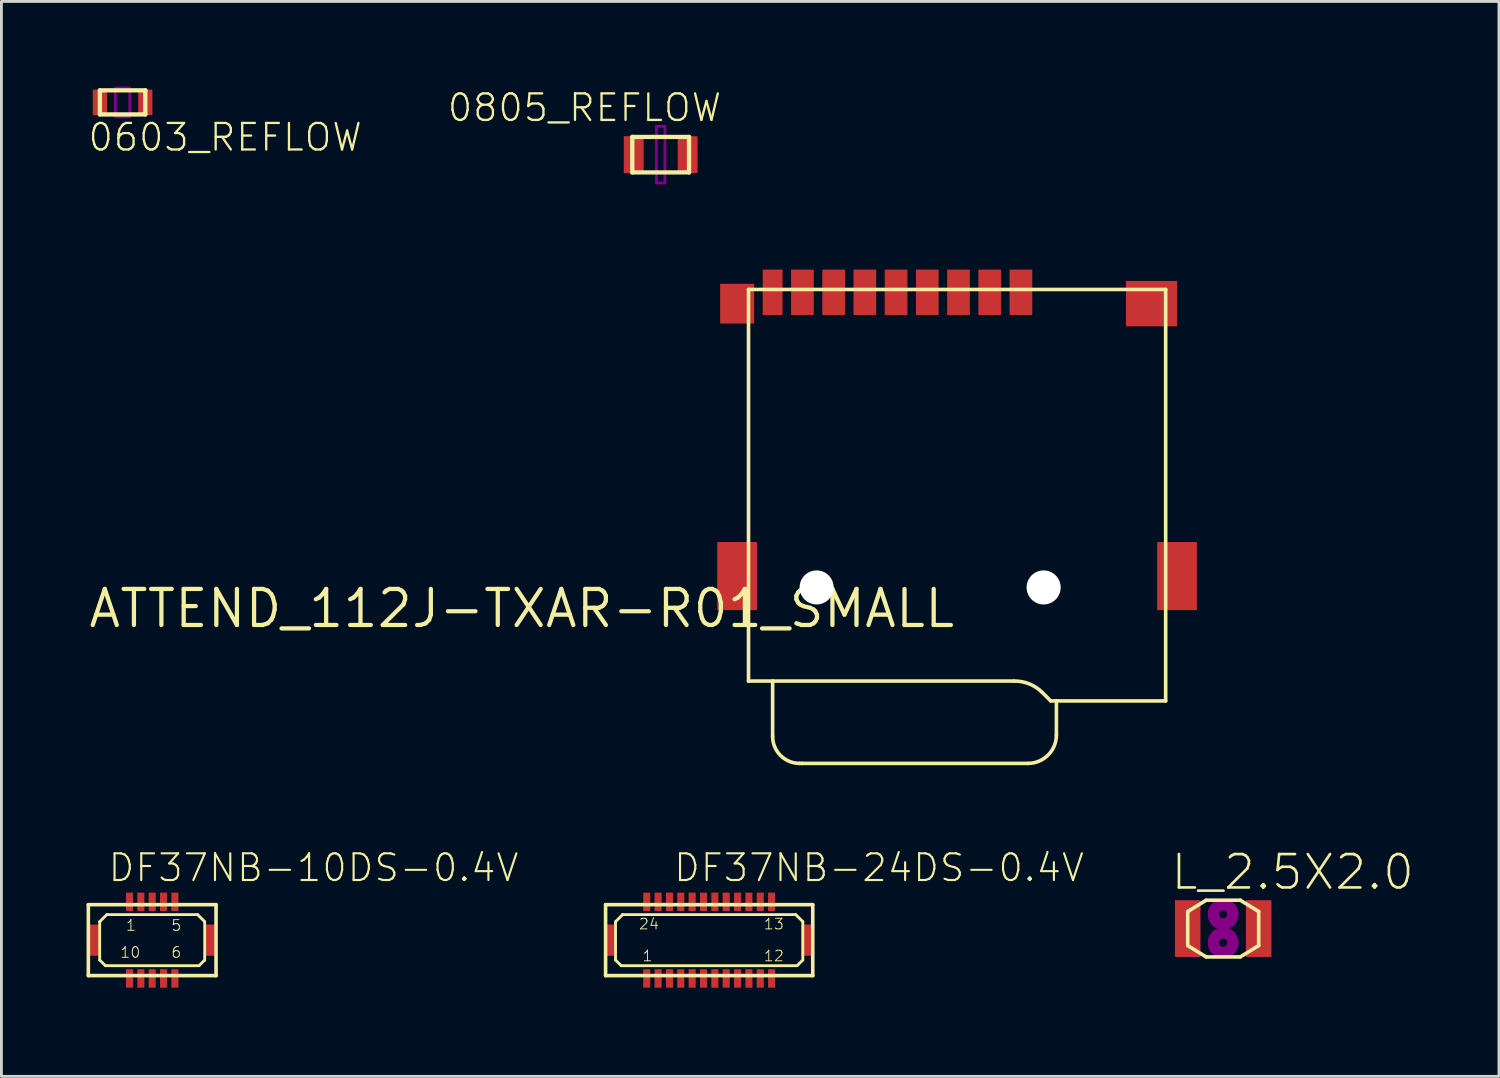
<source format=kicad_pcb>
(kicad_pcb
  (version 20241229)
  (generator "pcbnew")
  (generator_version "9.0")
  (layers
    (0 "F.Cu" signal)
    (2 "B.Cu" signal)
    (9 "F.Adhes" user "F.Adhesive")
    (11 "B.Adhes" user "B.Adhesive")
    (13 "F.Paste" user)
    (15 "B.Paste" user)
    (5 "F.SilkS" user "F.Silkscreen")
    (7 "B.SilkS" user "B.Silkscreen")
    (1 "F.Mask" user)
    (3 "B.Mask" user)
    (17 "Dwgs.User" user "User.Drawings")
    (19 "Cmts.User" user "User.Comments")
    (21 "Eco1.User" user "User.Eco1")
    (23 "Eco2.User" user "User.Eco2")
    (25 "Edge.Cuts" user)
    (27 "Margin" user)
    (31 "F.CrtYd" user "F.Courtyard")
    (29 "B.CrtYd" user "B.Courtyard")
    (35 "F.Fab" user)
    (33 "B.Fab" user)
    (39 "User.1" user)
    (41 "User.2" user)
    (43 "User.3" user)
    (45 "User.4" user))
  (footprint "0805_REFLOW"
    (layer "F.Cu")
    (at 20.231 2.4)
    (property "Reference" "0805_REFLOW" (at 2.2 -2.2 0) (layer "F.SilkS") (effects (font (size 0.935 0.935) (thickness 0.081)) (justify right top)))
    (attr smd)
    (fp_line (start -1 0.625) (end -1 -0.625) (stroke (width 0.152) (type solid)) (layer "F.SilkS"))
    (fp_line (start -1 0.625) (end 1 0.625) (stroke (width 0.152) (type solid)) (layer "F.SilkS"))
    (fp_line (start 1 -0.625) (end -1 -0.625) (stroke (width 0.152) (type solid)) (layer "F.SilkS"))
    (fp_line (start 1 -0.625) (end 1 0.625) (stroke (width 0.152) (type solid)) (layer "F.SilkS"))
    (fp_poly (pts (xy -0.15 1) (xy 0.15 1) (xy 0.15 -1) (xy -0.15 -1)) (stroke (width 0.1) (type solid)) (fill no) (layer "F.Adhes"))
    (pad "1" smd rect (at -0.95 0) (size 0.7 1.3) (layers "F.Cu" "F.Mask" "F.Paste"))
    (pad "2" smd rect (at 0.95 0) (size 0.7 1.3) (layers "F.Cu" "F.Mask" "F.Paste")))
  (footprint "L_2.5X2.0"
    (layer "F.Cu")
    (at 40.053 29.671)
    (property "Reference" "L_2.5X2.0" (at -1.9 -1.3 0) (layer "F.SilkS") (effects (font (size 1.177 1.177) (thickness 0.093)) (justify left bottom)))
    (attr smd)
    (fp_line (start -1.25 -0.6) (end -1.25 0.6) (stroke (width 0.127) (type solid)) (layer "F.SilkS"))
    (fp_line (start -1.25 0.6) (end -0.6 1) (stroke (width 0.127) (type solid)) (layer "F.SilkS"))
    (fp_line (start -0.6 -1) (end -1.25 -0.6) (stroke (width 0.127) (type solid)) (layer "F.SilkS"))
    (fp_line (start -0.6 1) (end 0.6 1) (stroke (width 0.127) (type solid)) (layer "F.SilkS"))
    (fp_line (start 0.6 -1) (end -0.6 -1) (stroke (width 0.127) (type solid)) (layer "F.SilkS"))
    (fp_line (start 0.6 1) (end 1.25 0.6) (stroke (width 0.127) (type solid)) (layer "F.SilkS"))
    (fp_line (start 1.25 -0.6) (end 0.6 -1) (stroke (width 0.127) (type solid)) (layer "F.SilkS"))
    (fp_line (start 1.25 0.6) (end 1.25 -0.6) (stroke (width 0.127) (type solid)) (layer "F.SilkS"))
    (fp_circle (center 0 -0.5) (end 0.141 -0.5) (stroke (width 0.406) (type solid)) (fill no) (layer "F.Adhes"))
    (fp_circle (center 0 0.5) (end 0.141 0.5) (stroke (width 0.406) (type solid)) (fill no) (layer "F.Adhes"))
    (pad "1" smd rect (at -1.25 0 90) (size 2 0.9) (layers "F.Cu" "F.Mask" "F.Paste"))
    (pad "2" smd rect (at 1.25 0 90) (size 2 0.9) (layers "F.Cu" "F.Mask" "F.Paste")))
  (footprint "DF37NB-10DS-0.4V"
    (layer "F.Cu")
    (at 2.313 30.079)
    (property "Reference" "DF37NB-10DS-0.4V" (at -1.6 -2 180) (layer "F.SilkS") (effects (font (size 0.941 0.941) (thickness 0.075)) (justify left bottom)))
    (attr smd)
    (fp_poly (pts (xy -1 -0.95) (xy 1 -0.95) (xy 1 -1.75) (xy -1 -1.75)) (stroke (width 0.1) (type solid)) (fill no) (layer "F.Mask"))
    (fp_poly (pts (xy -1 1.75) (xy 1 1.75) (xy 1 0.95) (xy -1 0.95)) (stroke (width 0.1) (type solid)) (fill no) (layer "F.Mask"))
    (fp_line (start -2.25 -1.25) (end -2.25 1.25) (stroke (width 0.127) (type solid)) (layer "F.SilkS"))
    (fp_line (start -2.25 1.25) (end 2.25 1.25) (stroke (width 0.127) (type solid)) (layer "F.SilkS"))
    (fp_line (start -1.85 -0.65) (end -1.85 0.7) (stroke (width 0.1) (type solid)) (layer "F.SilkS"))
    (fp_line (start -1.85 0.7) (end -1.65 0.9) (stroke (width 0.1) (type solid)) (layer "F.SilkS"))
    (fp_line (start -1.65 0.9) (end 1.65 0.9) (stroke (width 0.1) (type solid)) (layer "F.SilkS"))
    (fp_line (start -1.6 -0.9) (end -1.85 -0.65) (stroke (width 0.1) (type solid)) (layer "F.SilkS"))
    (fp_line (start 1.6 -0.9) (end -1.6 -0.9) (stroke (width 0.1) (type solid)) (layer "F.SilkS"))
    (fp_line (start 1.65 0.9) (end 1.85 0.7) (stroke (width 0.1) (type solid)) (layer "F.SilkS"))
    (fp_line (start 1.85 -0.65) (end 1.6 -0.9) (stroke (width 0.1) (type solid)) (layer "F.SilkS"))
    (fp_line (start 1.85 0.7) (end 1.85 -0.65) (stroke (width 0.1) (type solid)) (layer "F.SilkS"))
    (fp_line (start 2.25 -1.25) (end -2.25 -1.25) (stroke (width 0.127) (type solid)) (layer "F.SilkS"))
    (fp_line (start 2.25 1.25) (end 2.25 -1.25) (stroke (width 0.127) (type solid)) (layer "F.SilkS"))
    (fp_poly (pts (xy -2.2 0.5) (xy -1.9 0.5) (xy -1.9 -0.5) (xy -2.2 -0.5)) (stroke (width 0.1) (type solid)) (fill no) (layer "F.Paste"))
    (fp_poly (pts (xy -0.9 1.65) (xy -0.7 1.65) (xy -0.7 1.05) (xy -0.9 1.05)) (stroke (width 0.1) (type solid)) (fill no) (layer "F.Paste"))
    (fp_poly (pts (xy -0.7 -1.65) (xy -0.9 -1.65) (xy -0.9 -1.05) (xy -0.7 -1.05)) (stroke (width 0.1) (type solid)) (fill no) (layer "F.Paste"))
    (fp_poly (pts (xy -0.5 1.65) (xy -0.3 1.65) (xy -0.3 1.05) (xy -0.5 1.05)) (stroke (width 0.1) (type solid)) (fill no) (layer "F.Paste"))
    (fp_poly (pts (xy -0.3 -1.65) (xy -0.5 -1.65) (xy -0.5 -1.05) (xy -0.3 -1.05)) (stroke (width 0.1) (type solid)) (fill no) (layer "F.Paste"))
    (fp_poly (pts (xy -0.1 1.65) (xy 0.1 1.65) (xy 0.1 1.05) (xy -0.1 1.05)) (stroke (width 0.1) (type solid)) (fill no) (layer "F.Paste"))
    (fp_poly (pts (xy 0.1 -1.65) (xy -0.1 -1.65) (xy -0.1 -1.05) (xy 0.1 -1.05)) (stroke (width 0.1) (type solid)) (fill no) (layer "F.Paste"))
    (fp_poly (pts (xy 0.3 1.65) (xy 0.5 1.65) (xy 0.5 1.05) (xy 0.3 1.05)) (stroke (width 0.1) (type solid)) (fill no) (layer "F.Paste"))
    (fp_poly (pts (xy 0.5 -1.65) (xy 0.3 -1.65) (xy 0.3 -1.05) (xy 0.5 -1.05)) (stroke (width 0.1) (type solid)) (fill no) (layer "F.Paste"))
    (fp_poly (pts (xy 0.7 1.65) (xy 0.9 1.65) (xy 0.9 1.05) (xy 0.7 1.05)) (stroke (width 0.1) (type solid)) (fill no) (layer "F.Paste"))
    (fp_poly (pts (xy 0.9 -1.65) (xy 0.7 -1.65) (xy 0.7 -1.05) (xy 0.9 -1.05)) (stroke (width 0.1) (type solid)) (fill no) (layer "F.Paste"))
    (fp_poly (pts (xy 1.9 0.5) (xy 2.2 0.5) (xy 2.2 -0.5) (xy 1.9 -0.5)) (stroke (width 0.1) (type solid)) (fill no) (layer "F.Paste"))
    (fp_text user "6" (at 0.65 0.65 0) (layer "F.SilkS") (effects (font (size 0.374 0.374) (thickness 0.033)) (justify left bottom)))
    (fp_text user "1" (at -0.95 -0.3 0) (layer "F.SilkS") (effects (font (size 0.374 0.374) (thickness 0.033)) (justify left bottom)))
    (fp_text user "5" (at 0.65 -0.3 0) (layer "F.SilkS") (effects (font (size 0.374 0.374) (thickness 0.033)) (justify left bottom)))
    (fp_text user "10" (at -1.15 0.65 0) (layer "F.SilkS") (effects (font (size 0.374 0.374) (thickness 0.033)) (justify left bottom)))
    (pad "1" smd rect (at -0.8 -1.35 270) (size 0.65 0.25) (layers "F.Cu" "F.Mask" "F.Paste"))
    (pad "2" smd rect (at -0.4 -1.35 270) (size 0.65 0.25) (layers "F.Cu" "F.Mask" "F.Paste"))
    (pad "3" smd rect (at 0 -1.35 270) (size 0.65 0.25) (layers "F.Cu" "F.Mask" "F.Paste"))
    (pad "4" smd rect (at 0.4 -1.35 270) (size 0.65 0.25) (layers "F.Cu" "F.Mask" "F.Paste"))
    (pad "5" smd rect (at 0.8 -1.35 270) (size 0.65 0.25) (layers "F.Cu" "F.Mask" "F.Paste"))
    (pad "6" smd rect (at 0.8 1.35 90) (size 0.65 0.25) (layers "F.Cu" "F.Mask" "F.Paste"))
    (pad "7" smd rect (at 0.4 1.35 90) (size 0.65 0.25) (layers "F.Cu" "F.Mask" "F.Paste"))
    (pad "8" smd rect (at 0 1.35 90) (size 0.65 0.25) (layers "F.Cu" "F.Mask" "F.Paste"))
    (pad "9" smd rect (at -0.4 1.35 90) (size 0.65 0.25) (layers "F.Cu" "F.Mask" "F.Paste"))
    (pad "10" smd rect (at -0.8 1.35 90) (size 0.65 0.25) (layers "F.Cu" "F.Mask" "F.Paste"))
    (pad "11" smd rect (at 2.05 0 90) (size 1.1 0.4) (layers "F.Cu" "F.Mask" "F.Paste"))
    (pad "12" smd rect (at -2.05 0 90) (size 1.1 0.4) (layers "F.Cu" "F.Mask" "F.Paste")))
  (footprint "0603_REFLOW"
    (layer "F.Cu")
    (at 1.27 0.558)
    (property "Reference" "0603_REFLOW" (at -1.27 1.778 0) (layer "F.SilkS") (effects (font (size 0.935 0.935) (thickness 0.081)) (justify left bottom)))
    (attr smd)
    (fp_line (start -0.8 0.425) (end -0.8 -0.425) (stroke (width 0.152) (type solid)) (layer "F.SilkS"))
    (fp_line (start -0.8 0.425) (end 0.8 0.425) (stroke (width 0.152) (type solid)) (layer "F.SilkS"))
    (fp_line (start 0.8 -0.425) (end -0.8 -0.425) (stroke (width 0.152) (type solid)) (layer "F.SilkS"))
    (fp_line (start 0.8 -0.425) (end 0.8 0.425) (stroke (width 0.152) (type solid)) (layer "F.SilkS"))
    (fp_poly (pts (xy -0.254 0.508) (xy 0.254 0.508) (xy 0.254 -0.508) (xy -0.254 -0.508)) (stroke (width 0.1) (type solid)) (fill no) (layer "F.Adhes"))
    (pad "1" smd rect (at -0.8 0) (size 0.5 0.9) (layers "F.Cu" "F.Mask" "F.Paste"))
    (pad "2" smd rect (at 0.8 0) (size 0.5 0.9) (layers "F.Cu" "F.Mask" "F.Paste")))
  (footprint "ATTEND_112J-TXAR-R01_SMALL"
    (layer "F.Cu")
    (at 30.676 17.65)
    (property "Reference" "ATTEND_112J-TXAR-R01_SMALL" (at 0 0 0) (layer "F.SilkS") (effects (font (size 1.27 1.27) (thickness 0.15)) (justify right top)))
    (attr smd)
    (fp_line (start -7.35 -10.5) (end -7.35 3.3) (stroke (width 0.127) (type solid)) (layer "F.SilkS"))
    (fp_line (start -7.35 3.3) (end -6.5 3.3) (stroke (width 0.127) (type solid)) (layer "F.SilkS"))
    (fp_line (start -6.5 3.3) (end 2 3.3) (stroke (width 0.127) (type solid)) (layer "F.SilkS"))
    (fp_line (start -6.5 5.25) (end -6.5 3.3) (stroke (width 0.127) (type solid)) (layer "F.SilkS"))
    (fp_line (start -5.45 6.2) (end -5.55 6.2) (stroke (width 0.127) (type solid)) (layer "F.SilkS"))
    (fp_line (start 2.5 6.2) (end -5.45 6.2) (stroke (width 0.127) (type solid)) (layer "F.SilkS"))
    (fp_line (start 3.3 4) (end 3 3.7) (stroke (width 0.127) (type solid)) (layer "F.SilkS"))
    (fp_line (start 3.3 4) (end 3.5 4) (stroke (width 0.127) (type solid)) (layer "F.SilkS"))
    (fp_line (start 3.5 4) (end 3.5 5.2) (stroke (width 0.127) (type solid)) (layer "F.SilkS"))
    (fp_line (start 3.5 4) (end 7.35 4) (stroke (width 0.127) (type solid)) (layer "F.SilkS"))
    (fp_line (start 7.35 -10.5) (end -7.35 -10.5) (stroke (width 0.127) (type solid)) (layer "F.SilkS"))
    (fp_line (start 7.35 4) (end 7.35 -10.5) (stroke (width 0.127) (type solid)) (layer "F.SilkS"))
    (fp_arc (start -5.55 6.2) (mid -6.221751 5.921751) (end -6.5 5.25) (stroke (width 0.127) (type solid)) (layer "F.SilkS"))
    (fp_arc (start 2 3.299999) (mid 2.541052 3.39737) (end 3 3.7) (stroke (width 0.127) (type solid)) (layer "F.SilkS"))
    (fp_arc (start 3.5 5.2) (mid 3.207107 5.907107) (end 2.5 6.2) (stroke (width 0.127) (type solid)) (layer "F.SilkS"))
    (pad "" np_thru_hole circle (at -4.95 0) (size 1.2 1.2) (drill 1.2) (layers "*.Cu" "*.Mask"))
    (pad "" np_thru_hole circle (at 3.05 0) (size 1.2 1.2) (drill 1.2) (layers "*.Cu" "*.Mask"))
    (pad "1" smd rect (at 2.25 -10.4 90) (size 1.6 0.8) (layers "F.Cu" "F.Mask" "F.Paste"))
    (pad "2" smd rect (at 1.15 -10.4 90) (size 1.6 0.8) (layers "F.Cu" "F.Mask" "F.Paste"))
    (pad "3" smd rect (at 0.05 -10.4 90) (size 1.6 0.8) (layers "F.Cu" "F.Mask" "F.Paste"))
    (pad "4" smd rect (at -1.05 -10.4 90) (size 1.6 0.8) (layers "F.Cu" "F.Mask" "F.Paste"))
    (pad "5" smd rect (at -2.15 -10.4 90) (size 1.6 0.8) (layers "F.Cu" "F.Mask" "F.Paste"))
    (pad "6" smd rect (at -3.25 -10.4 90) (size 1.6 0.8) (layers "F.Cu" "F.Mask" "F.Paste"))
    (pad "7" smd rect (at -4.35 -10.4 90) (size 1.6 0.8) (layers "F.Cu" "F.Mask" "F.Paste"))
    (pad "8" smd rect (at -5.45 -10.4 90) (size 1.6 0.8) (layers "F.Cu" "F.Mask" "F.Paste"))
    (pad "CD" smd rect (at -6.5 -10.4 90) (size 1.6 0.7) (layers "F.Cu" "F.Mask" "F.Paste"))
    (pad "GND@1" smd rect (at -7.75 -10 90) (size 1.4 1.2) (layers "F.Cu" "F.Mask" "F.Paste"))
    (pad "GND@2" smd rect (at -7.75 -0.4 90) (size 2.4 1.4) (layers "F.Cu" "F.Mask" "F.Paste"))
    (pad "GND@3" smd rect (at 7.75 -0.4 90) (size 2.4 1.4) (layers "F.Cu" "F.Mask" "F.Paste"))
    (pad "GND@4" smd rect (at 6.85 -10 90) (size 1.6 1.8) (layers "F.Cu" "F.Mask" "F.Paste"))
    (zone (net_name "") (layer "F.Cu") (hatch edge 0.508) (connect_pads) (min_thickness 0.254) (filled_areas_thickness no) (keepout (tracks not_allowed) (vias not_allowed) (pads not_allowed) (copperpour not_allowed) (footprints allowed)) (placement (enabled no)) (fill) (polygon (pts (xy 34.164 13.504) (xy 34.164 11.504) (xy 25.164 11.504) (xy 25.164 13.504)))))
  (footprint "DF37NB-24DS-0.4V"
    (layer "F.Cu")
    (at 21.94 30.079)
    (property "Reference" "DF37NB-24DS-0.4V" (at -1.3 -2 0) (layer "F.SilkS") (effects (font (size 0.941 0.941) (thickness 0.075)) (justify left bottom)))
    (attr smd)
    (fp_poly (pts (xy -2.375 -0.975) (xy 2.375 -0.975) (xy 2.375 -1.725) (xy -2.375 -1.725)) (stroke (width 0.1) (type solid)) (fill no) (layer "F.Mask"))
    (fp_poly (pts (xy -2.375 1.725) (xy 2.375 1.725) (xy 2.375 0.975) (xy -2.375 0.975)) (stroke (width 0.1) (type solid)) (fill no) (layer "F.Mask"))
    (fp_line (start -3.65 -1.25) (end -3.65 1.25) (stroke (width 0.127) (type solid)) (layer "F.SilkS"))
    (fp_line (start -3.65 1.25) (end 3.65 1.25) (stroke (width 0.127) (type solid)) (layer "F.SilkS"))
    (fp_line (start -3.3 -0.65) (end -3.3 0.7) (stroke (width 0.1) (type solid)) (layer "F.SilkS"))
    (fp_line (start -3.3 0.7) (end -3.1 0.9) (stroke (width 0.1) (type solid)) (layer "F.SilkS"))
    (fp_line (start -3.1 0.9) (end 3.1 0.9) (stroke (width 0.1) (type solid)) (layer "F.SilkS"))
    (fp_line (start -3.05 -0.9) (end -3.3 -0.65) (stroke (width 0.1) (type solid)) (layer "F.SilkS"))
    (fp_line (start 3.05 -0.9) (end -3.05 -0.9) (stroke (width 0.1) (type solid)) (layer "F.SilkS"))
    (fp_line (start 3.1 0.9) (end 3.3 0.7) (stroke (width 0.1) (type solid)) (layer "F.SilkS"))
    (fp_line (start 3.3 -0.65) (end 3.05 -0.9) (stroke (width 0.1) (type solid)) (layer "F.SilkS"))
    (fp_line (start 3.3 0.7) (end 3.3 -0.65) (stroke (width 0.1) (type solid)) (layer "F.SilkS"))
    (fp_line (start 3.65 -1.25) (end -3.65 -1.25) (stroke (width 0.127) (type solid)) (layer "F.SilkS"))
    (fp_line (start 3.65 1.25) (end 3.65 -1.25) (stroke (width 0.127) (type solid)) (layer "F.SilkS"))
    (fp_poly (pts (xy -3.6 0.5) (xy -3.3 0.5) (xy -3.3 -0.5) (xy -3.6 -0.5)) (stroke (width 0.1) (type solid)) (fill no) (layer "F.Paste"))
    (fp_poly (pts (xy -2.3 -1.05) (xy -2.1 -1.05) (xy -2.1 -1.65) (xy -2.3 -1.65)) (stroke (width 0.1) (type solid)) (fill no) (layer "F.Paste"))
    (fp_poly (pts (xy -2.3 1.65) (xy -2.1 1.65) (xy -2.1 1.05) (xy -2.3 1.05)) (stroke (width 0.1) (type solid)) (fill no) (layer "F.Paste"))
    (fp_poly (pts (xy -1.9 -1.05) (xy -1.7 -1.05) (xy -1.7 -1.65) (xy -1.9 -1.65)) (stroke (width 0.1) (type solid)) (fill no) (layer "F.Paste"))
    (fp_poly (pts (xy -1.9 1.65) (xy -1.7 1.65) (xy -1.7 1.05) (xy -1.9 1.05)) (stroke (width 0.1) (type solid)) (fill no) (layer "F.Paste"))
    (fp_poly (pts (xy -1.5 -1.05) (xy -1.3 -1.05) (xy -1.3 -1.65) (xy -1.5 -1.65)) (stroke (width 0.1) (type solid)) (fill no) (layer "F.Paste"))
    (fp_poly (pts (xy -1.5 1.65) (xy -1.3 1.65) (xy -1.3 1.05) (xy -1.5 1.05)) (stroke (width 0.1) (type solid)) (fill no) (layer "F.Paste"))
    (fp_poly (pts (xy -1.1 -1.05) (xy -0.9 -1.05) (xy -0.9 -1.65) (xy -1.1 -1.65)) (stroke (width 0.1) (type solid)) (fill no) (layer "F.Paste"))
    (fp_poly (pts (xy -1.1 1.65) (xy -0.9 1.65) (xy -0.9 1.05) (xy -1.1 1.05)) (stroke (width 0.1) (type solid)) (fill no) (layer "F.Paste"))
    (fp_poly (pts (xy -0.7 -1.05) (xy -0.5 -1.05) (xy -0.5 -1.65) (xy -0.7 -1.65)) (stroke (width 0.1) (type solid)) (fill no) (layer "F.Paste"))
    (fp_poly (pts (xy -0.7 1.65) (xy -0.5 1.65) (xy -0.5 1.05) (xy -0.7 1.05)) (stroke (width 0.1) (type solid)) (fill no) (layer "F.Paste"))
    (fp_poly (pts (xy -0.3 -1.05) (xy -0.1 -1.05) (xy -0.1 -1.65) (xy -0.3 -1.65)) (stroke (width 0.1) (type solid)) (fill no) (layer "F.Paste"))
    (fp_poly (pts (xy -0.3 1.65) (xy -0.1 1.65) (xy -0.1 1.05) (xy -0.3 1.05)) (stroke (width 0.1) (type solid)) (fill no) (layer "F.Paste"))
    (fp_poly (pts (xy 0.1 -1.05) (xy 0.3 -1.05) (xy 0.3 -1.65) (xy 0.1 -1.65)) (stroke (width 0.1) (type solid)) (fill no) (layer "F.Paste"))
    (fp_poly (pts (xy 0.1 1.65) (xy 0.3 1.65) (xy 0.3 1.05) (xy 0.1 1.05)) (stroke (width 0.1) (type solid)) (fill no) (layer "F.Paste"))
    (fp_poly (pts (xy 0.5 -1.05) (xy 0.7 -1.05) (xy 0.7 -1.65) (xy 0.5 -1.65)) (stroke (width 0.1) (type solid)) (fill no) (layer "F.Paste"))
    (fp_poly (pts (xy 0.5 1.65) (xy 0.7 1.65) (xy 0.7 1.05) (xy 0.5 1.05)) (stroke (width 0.1) (type solid)) (fill no) (layer "F.Paste"))
    (fp_poly (pts (xy 0.9 -1.05) (xy 1.1 -1.05) (xy 1.1 -1.65) (xy 0.9 -1.65)) (stroke (width 0.1) (type solid)) (fill no) (layer "F.Paste"))
    (fp_poly (pts (xy 0.9 1.65) (xy 1.1 1.65) (xy 1.1 1.05) (xy 0.9 1.05)) (stroke (width 0.1) (type solid)) (fill no) (layer "F.Paste"))
    (fp_poly (pts (xy 1.3 -1.05) (xy 1.5 -1.05) (xy 1.5 -1.65) (xy 1.3 -1.65)) (stroke (width 0.1) (type solid)) (fill no) (layer "F.Paste"))
    (fp_poly (pts (xy 1.3 1.65) (xy 1.5 1.65) (xy 1.5 1.05) (xy 1.3 1.05)) (stroke (width 0.1) (type solid)) (fill no) (layer "F.Paste"))
    (fp_poly (pts (xy 1.7 -1.05) (xy 1.9 -1.05) (xy 1.9 -1.65) (xy 1.7 -1.65)) (stroke (width 0.1) (type solid)) (fill no) (layer "F.Paste"))
    (fp_poly (pts (xy 1.7 1.65) (xy 1.9 1.65) (xy 1.9 1.05) (xy 1.7 1.05)) (stroke (width 0.1) (type solid)) (fill no) (layer "F.Paste"))
    (fp_poly (pts (xy 2.1 -1.05) (xy 2.3 -1.05) (xy 2.3 -1.65) (xy 2.1 -1.65)) (stroke (width 0.1) (type solid)) (fill no) (layer "F.Paste"))
    (fp_poly (pts (xy 2.1 1.65) (xy 2.3 1.65) (xy 2.3 1.05) (xy 2.1 1.05)) (stroke (width 0.1) (type solid)) (fill no) (layer "F.Paste"))
    (fp_poly (pts (xy 3.3 0.5) (xy 3.6 0.5) (xy 3.6 -0.5) (xy 3.3 -0.5)) (stroke (width 0.1) (type solid)) (fill no) (layer "F.Paste"))
    (fp_text user "12" (at 1.9 0.775 0) (layer "F.SilkS") (effects (font (size 0.374 0.374) (thickness 0.033)) (justify left bottom)))
    (fp_text user "1" (at -2.375 0.775 0) (layer "F.SilkS") (effects (font (size 0.374 0.374) (thickness 0.033)) (justify left bottom)))
    (fp_text user "24" (at -2.5 -0.35 0) (layer "F.SilkS") (effects (font (size 0.374 0.374) (thickness 0.033)) (justify left bottom)))
    (fp_text user "13" (at 1.9 -0.35 0) (layer "F.SilkS") (effects (font (size 0.374 0.374) (thickness 0.033)) (justify left bottom)))
    (pad "1" smd rect (at -2.2 1.35 90) (size 0.65 0.25) (layers "F.Cu" "F.Mask" "F.Paste"))
    (pad "2" smd rect (at -1.8 1.35 90) (size 0.65 0.25) (layers "F.Cu" "F.Mask" "F.Paste"))
    (pad "3" smd rect (at -1.4 1.35 90) (size 0.65 0.25) (layers "F.Cu" "F.Mask" "F.Paste"))
    (pad "4" smd rect (at -1 1.35 90) (size 0.65 0.25) (layers "F.Cu" "F.Mask" "F.Paste"))
    (pad "5" smd rect (at -0.6 1.35 90) (size 0.65 0.25) (layers "F.Cu" "F.Mask" "F.Paste"))
    (pad "6" smd rect (at -0.2 1.35 90) (size 0.65 0.25) (layers "F.Cu" "F.Mask" "F.Paste"))
    (pad "7" smd rect (at 0.2 1.35 90) (size 0.65 0.25) (layers "F.Cu" "F.Mask" "F.Paste"))
    (pad "8" smd rect (at 0.6 1.35 90) (size 0.65 0.25) (layers "F.Cu" "F.Mask" "F.Paste"))
    (pad "9" smd rect (at 1 1.35 90) (size 0.65 0.25) (layers "F.Cu" "F.Mask" "F.Paste"))
    (pad "10" smd rect (at 1.4 1.35 90) (size 0.65 0.25) (layers "F.Cu" "F.Mask" "F.Paste"))
    (pad "11" smd rect (at 1.8 1.35 90) (size 0.65 0.25) (layers "F.Cu" "F.Mask" "F.Paste"))
    (pad "12" smd rect (at 2.2 1.35 90) (size 0.65 0.25) (layers "F.Cu" "F.Mask" "F.Paste"))
    (pad "13" smd rect (at 2.2 -1.35 90) (size 0.65 0.25) (layers "F.Cu" "F.Mask" "F.Paste"))
    (pad "14" smd rect (at 1.8 -1.35 90) (size 0.65 0.25) (layers "F.Cu" "F.Mask" "F.Paste"))
    (pad "15" smd rect (at 1.4 -1.35 90) (size 0.65 0.25) (layers "F.Cu" "F.Mask" "F.Paste"))
    (pad "16" smd rect (at 1 -1.35 90) (size 0.65 0.25) (layers "F.Cu" "F.Mask" "F.Paste"))
    (pad "17" smd rect (at 0.6 -1.35 90) (size 0.65 0.25) (layers "F.Cu" "F.Mask" "F.Paste"))
    (pad "18" smd rect (at 0.2 -1.35 90) (size 0.65 0.25) (layers "F.Cu" "F.Mask" "F.Paste"))
    (pad "19" smd rect (at -0.2 -1.35 90) (size 0.65 0.25) (layers "F.Cu" "F.Mask" "F.Paste"))
    (pad "20" smd rect (at -0.6 -1.35 90) (size 0.65 0.25) (layers "F.Cu" "F.Mask" "F.Paste"))
    (pad "21" smd rect (at -1 -1.35 90) (size 0.65 0.25) (layers "F.Cu" "F.Mask" "F.Paste"))
    (pad "22" smd rect (at -1.4 -1.35 90) (size 0.65 0.25) (layers "F.Cu" "F.Mask" "F.Paste"))
    (pad "23" smd rect (at -1.8 -1.35 90) (size 0.65 0.25) (layers "F.Cu" "F.Mask" "F.Paste"))
    (pad "24" smd rect (at -2.2 -1.35 90) (size 0.65 0.25) (layers "F.Cu" "F.Mask" "F.Paste"))
    (pad "25" smd rect (at 3.45 0 90) (size 1.1 0.4) (layers "F.Cu" "F.Mask" "F.Paste"))
    (pad "26" smd rect (at -3.45 0 90) (size 1.1 0.4) (layers "F.Cu" "F.Mask" "F.Paste")))
  (gr_rect
    (start -3 -3)
    (end 49.77 34.879)
    (stroke (width 0.1) (type default))
    (fill no)
    (layer "Edge.Cuts")))
</source>
